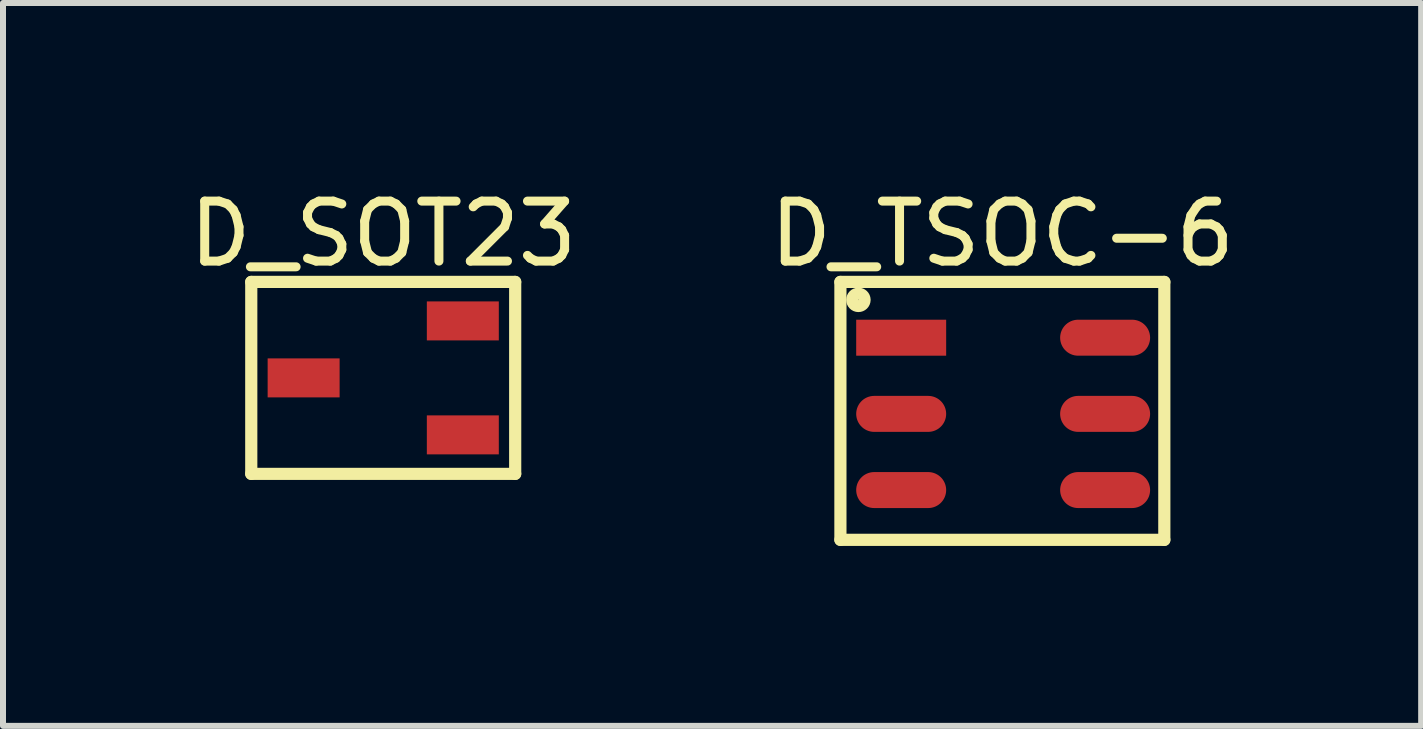
<source format=kicad_pcb>
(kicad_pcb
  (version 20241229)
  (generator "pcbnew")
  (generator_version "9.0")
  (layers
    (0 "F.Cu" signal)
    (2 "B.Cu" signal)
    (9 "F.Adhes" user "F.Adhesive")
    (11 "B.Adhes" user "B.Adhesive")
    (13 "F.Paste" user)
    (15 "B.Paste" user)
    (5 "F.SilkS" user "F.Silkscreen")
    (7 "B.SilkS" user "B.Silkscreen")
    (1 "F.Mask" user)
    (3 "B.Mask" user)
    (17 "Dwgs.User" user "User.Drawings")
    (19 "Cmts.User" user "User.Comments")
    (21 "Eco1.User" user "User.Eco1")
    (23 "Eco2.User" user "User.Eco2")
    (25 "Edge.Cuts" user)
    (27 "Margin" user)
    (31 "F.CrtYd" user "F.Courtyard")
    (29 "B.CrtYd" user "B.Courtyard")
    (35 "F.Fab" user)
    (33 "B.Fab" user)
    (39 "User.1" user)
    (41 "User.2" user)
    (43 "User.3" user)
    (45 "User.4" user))
  (footprint "D_SOT23"
    (layer "F.Cu")
    (at 3.339 3.25)
    (property "Reference" "D_SOT23" (at 0 -2.402 0) (layer "F.SilkS") (effects (font (size 1 1) (thickness 0.15))))
    (fp_line (start -2.2 -1.6) (end 2.2 -1.6) (stroke (width 0.203) (type solid)) (layer "F.SilkS"))
    (fp_line (start -2.2 1.6) (end -2.2 -1.6) (stroke (width 0.203) (type solid)) (layer "F.SilkS"))
    (fp_line (start -2.2 1.6) (end 2.2 1.6) (stroke (width 0.203) (type solid)) (layer "F.SilkS"))
    (fp_line (start 2.2 1.6) (end 2.2 -1.6) (stroke (width 0.203) (type solid)) (layer "F.SilkS"))
    (pad "B" smd rect (at 1.327 0.95 90) (size 0.65 1.2) (layers "F.Cu" "F.Mask" "F.Paste"))
    (pad "C" smd rect (at -1.327 0 90) (size 0.65 1.2) (layers "F.Cu" "F.Mask" "F.Paste"))
    (pad "E" smd rect (at 1.327 -0.95 90) (size 0.65 1.2) (layers "F.Cu" "F.Mask" "F.Paste")))
  (footprint "D_TSOC-6"
    (layer "F.Cu")
    (at 13.661 3.85)
    (property "Reference" "D_TSOC-6" (at 0 -3.002 0) (layer "F.SilkS") (effects (font (size 1 1) (thickness 0.15))))
    (fp_line (start -2.7 -2.2) (end 2.7 -2.2) (stroke (width 0.203) (type solid)) (layer "F.SilkS"))
    (fp_line (start -2.7 2.1) (end -2.7 -2.2) (stroke (width 0.203) (type solid)) (layer "F.SilkS"))
    (fp_line (start -2.7 2.1) (end 2.7 2.1) (stroke (width 0.203) (type solid)) (layer "F.SilkS"))
    (fp_line (start 2.7 2.1) (end 2.7 -2.2) (stroke (width 0.203) (type solid)) (layer "F.SilkS"))
    (fp_arc (start -2.296183 -1.898343) (mid -2.503827 -1.899156) (end -2.296224 -1.903344) (stroke (width 0.2) (type solid)) (layer "F.SilkS"))
    (pad "1" smd rect (at -1.687 -1.27 90) (size 0.6 1.5) (layers "F.Cu" "F.Mask" "F.Paste"))
    (pad "2" smd oval (at -1.687 0 90) (size 0.6 1.5) (layers "F.Cu" "F.Mask" "F.Paste"))
    (pad "3" smd oval (at -1.687 1.27 90) (size 0.6 1.5) (layers "F.Cu" "F.Mask" "F.Paste"))
    (pad "4" smd oval (at 1.713 1.27 90) (size 0.6 1.5) (layers "F.Cu" "F.Mask" "F.Paste"))
    (pad "5" smd oval (at 1.713 0 90) (size 0.6 1.5) (layers "F.Cu" "F.Mask" "F.Paste"))
    (pad "6" smd oval (at 1.713 -1.27 90) (size 0.6 1.5) (layers "F.Cu" "F.Mask" "F.Paste")))
  (gr_rect
    (start -3 -3)
    (end 20.643 9.051)
    (stroke (width 0.1) (type default))
    (fill no)
    (layer "Edge.Cuts")))
</source>
